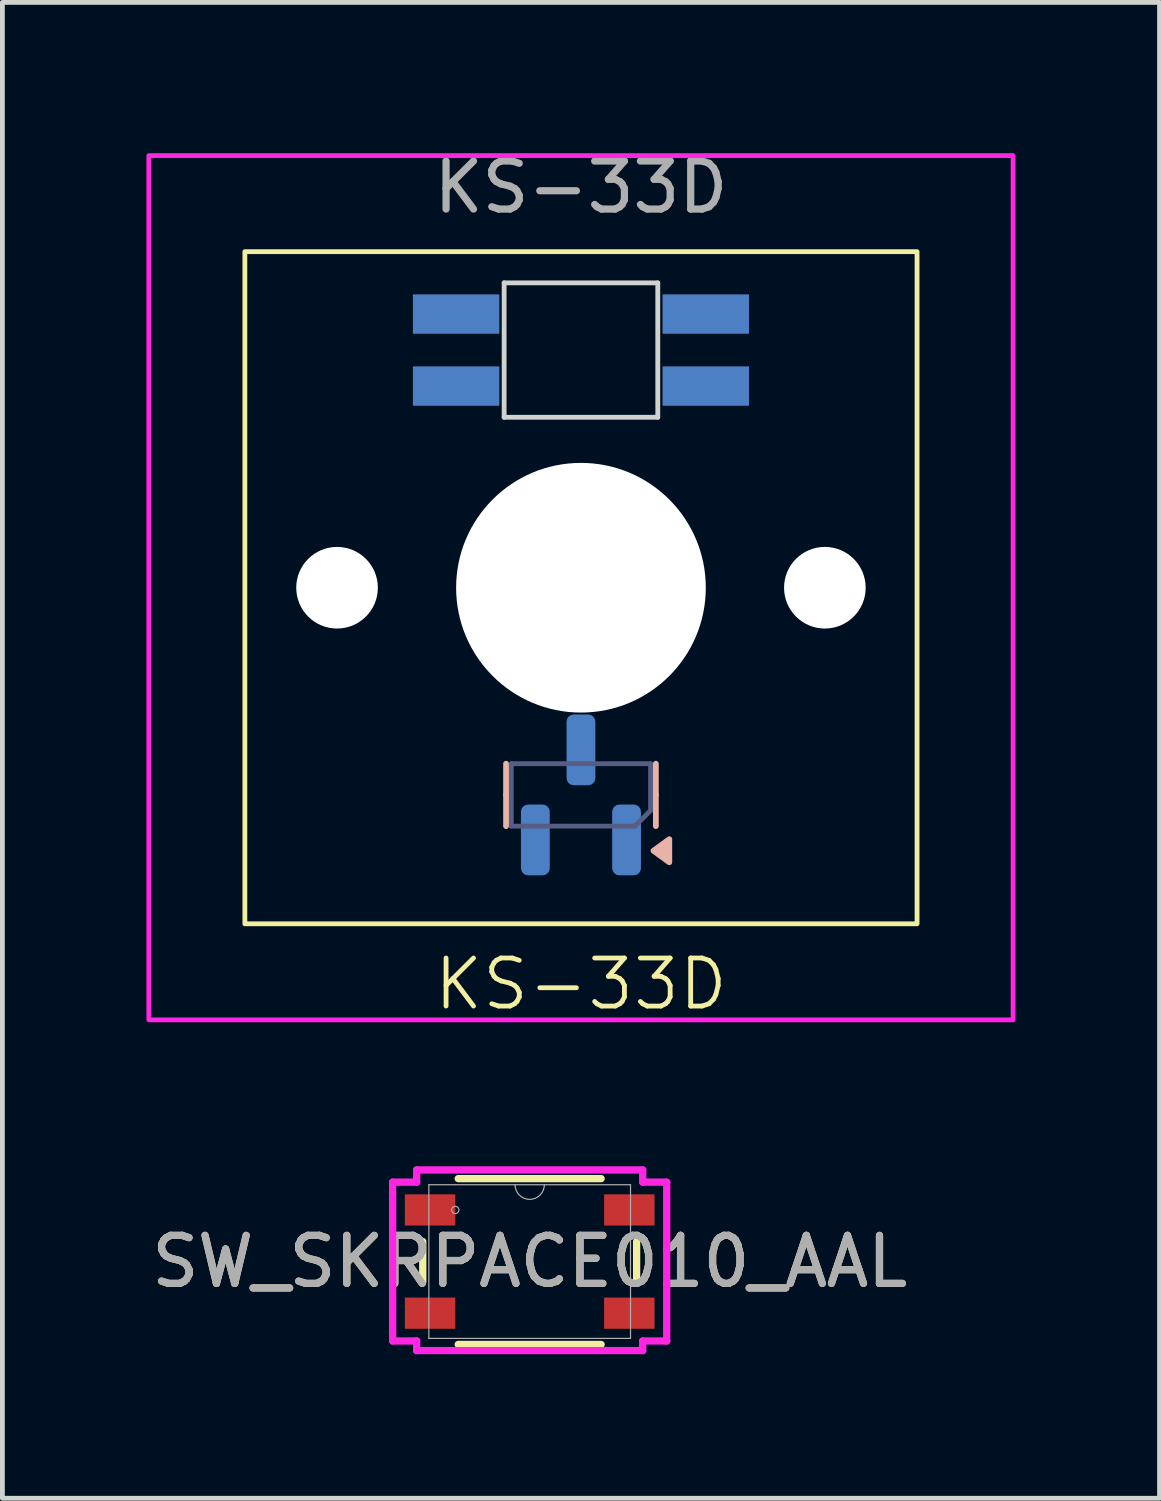
<source format=kicad_pcb>
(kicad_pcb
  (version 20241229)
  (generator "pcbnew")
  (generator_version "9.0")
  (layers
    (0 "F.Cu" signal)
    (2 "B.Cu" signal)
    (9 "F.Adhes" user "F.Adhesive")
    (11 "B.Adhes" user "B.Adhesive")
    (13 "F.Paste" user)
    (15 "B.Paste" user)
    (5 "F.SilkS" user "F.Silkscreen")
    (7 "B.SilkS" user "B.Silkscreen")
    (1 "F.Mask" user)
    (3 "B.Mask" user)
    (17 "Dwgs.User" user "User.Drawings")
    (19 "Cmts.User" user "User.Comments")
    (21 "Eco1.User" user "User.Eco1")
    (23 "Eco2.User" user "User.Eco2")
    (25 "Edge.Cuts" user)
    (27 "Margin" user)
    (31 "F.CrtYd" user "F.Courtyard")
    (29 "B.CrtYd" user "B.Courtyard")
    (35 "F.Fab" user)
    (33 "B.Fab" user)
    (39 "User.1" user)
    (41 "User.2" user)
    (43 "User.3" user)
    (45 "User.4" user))
  (footprint "KS-33D"
    (layer "F.Cu")
    (at 9.05 9.191)
    (property "Reference" "KS-33D" (at 0 8.255 0) (unlocked yes) (layer "F.SilkS") (effects (font (size 1 1) (thickness 0.1))))
    (attr smd)
    (fp_rect (start -7 -7) (end 7 7) (stroke (width 0.1) (type default)) (fill no) (layer "F.SilkS"))
    (fp_line (start -1.56 4.315) (end -1.56 3.665) (stroke (width 0.12) (type solid)) (layer "B.SilkS"))
    (fp_line (start -1.56 4.315) (end -1.56 4.965) (stroke (width 0.12) (type solid)) (layer "B.SilkS"))
    (fp_line (start 1.56 4.315) (end 1.56 3.665) (stroke (width 0.12) (type solid)) (layer "B.SilkS"))
    (fp_line (start 1.56 4.315) (end 1.56 4.965) (stroke (width 0.12) (type solid)) (layer "B.SilkS"))
    (fp_poly (pts (xy 1.51 5.478) (xy 1.84 5.718) (xy 1.84 5.237)) (stroke (width 0.12) (type solid)) (fill yes) (layer "B.SilkS"))
    (fp_line (start -1.6 -6.35) (end -1.6 -3.55) (stroke (width 0.1) (type solid)) (layer "Edge.Cuts"))
    (fp_line (start -1.6 -3.55) (end 1.6 -3.55) (stroke (width 0.1) (type solid)) (layer "Edge.Cuts"))
    (fp_line (start 1.6 -6.35) (end -1.6 -6.35) (stroke (width 0.1) (type solid)) (layer "Edge.Cuts"))
    (fp_line (start 1.6 -3.55) (end 1.6 -6.35) (stroke (width 0.1) (type solid)) (layer "Edge.Cuts"))
    (fp_rect (start -9 -9) (end 9 9) (stroke (width 0.1) (type default)) (fill no) (layer "F.CrtYd"))
    (fp_line (start -1.45 3.665) (end -1.45 4.965) (stroke (width 0.1) (type solid)) (layer "B.Fab"))
    (fp_line (start -1.45 4.965) (end 1.125 4.965) (stroke (width 0.1) (type solid)) (layer "B.Fab"))
    (fp_line (start 1.125 4.965) (end 1.45 4.64) (stroke (width 0.1) (type solid)) (layer "B.Fab"))
    (fp_line (start 1.45 3.665) (end -1.45 3.665) (stroke (width 0.1) (type solid)) (layer "B.Fab"))
    (fp_line (start 1.45 4.64) (end 1.45 3.665) (stroke (width 0.1) (type solid)) (layer "B.Fab"))
    (fp_text user "${REFERENCE}" (at 0 -8.342 0) (unlocked yes) (layer "F.Fab") (effects (font (size 1 1) (thickness 0.15))))
    (pad "" np_thru_hole circle (at -5.08 0) (size 1.7 1.7) (drill 1.7) (layers "*.Cu" "*.Mask"))
    (pad "" np_thru_hole circle (at 0 0) (size 5.2 5.2) (drill 5.2) (layers "*.Cu" "*.Mask"))
    (pad "" np_thru_hole circle (at 5.08 0) (size 1.7 1.7) (drill 1.7) (layers "*.Cu" "*.Mask"))
    (pad "1" smd rect (at -2.6 -5.7) (size 1.8 0.82) (layers "B.Cu" "B.Mask" "B.Paste"))
    (pad "1" smd roundrect (at 0 3.377 270) (size 1.475 0.6) (layers "B.Cu" "B.Mask" "B.Paste") (roundrect_rratio 0.25))
    (pad "2" smd rect (at -2.6 -4.2) (size 1.8 0.82) (layers "B.Cu" "B.Mask" "B.Paste"))
    (pad "3" smd rect (at 2.6 -4.2) (size 1.8 0.82) (layers "B.Cu" "B.Mask" "B.Paste"))
    (pad "4" smd rect (at 2.6 -5.7) (size 1.8 0.82) (layers "B.Cu" "B.Mask" "B.Paste"))
    (pad "5" smd roundrect (at 0.95 5.253 270) (size 1.475 0.6) (layers "B.Cu" "B.Mask" "B.Paste") (roundrect_rratio 0.25))
    (pad "6" smd roundrect (at -0.95 5.253 270) (size 1.475 0.6) (layers "B.Cu" "B.Mask" "B.Paste") (roundrect_rratio 0.25)))
  (footprint "SW_SKRPACE010_AAL"
    (layer "F.Cu")
    (at 7.982 23.225)
    (property "Reference" "SW_SKRPACE010_AAL" (at 0 0 0) (unlocked yes) (layer "F.SilkS") (effects (font (size 1 1) (thickness 0.15))))
    (attr smd)
    (fp_line (start -2.227 -0.417) (end -2.227 0.417) (stroke (width 0.152) (type solid)) (layer "F.SilkS"))
    (fp_line (start -1.488 1.727) (end 1.488 1.727) (stroke (width 0.152) (type solid)) (layer "F.SilkS"))
    (fp_line (start 1.488 -1.727) (end -1.488 -1.727) (stroke (width 0.152) (type solid)) (layer "F.SilkS"))
    (fp_line (start 2.227 0.417) (end 2.227 -0.417) (stroke (width 0.152) (type solid)) (layer "F.SilkS"))
    (fp_line (start -2.854 -1.654) (end -2.354 -1.654) (stroke (width 0.152) (type solid)) (layer "F.CrtYd"))
    (fp_line (start -2.854 1.654) (end -2.854 -1.654) (stroke (width 0.152) (type solid)) (layer "F.CrtYd"))
    (fp_line (start -2.854 1.654) (end -2.354 1.654) (stroke (width 0.152) (type solid)) (layer "F.CrtYd"))
    (fp_line (start -2.354 -1.908) (end 2.354 -1.908) (stroke (width 0.152) (type solid)) (layer "F.CrtYd"))
    (fp_line (start -2.354 -1.654) (end -2.354 -1.908) (stroke (width 0.152) (type solid)) (layer "F.CrtYd"))
    (fp_line (start -2.354 1.854) (end -2.354 1.654) (stroke (width 0.152) (type solid)) (layer "F.CrtYd"))
    (fp_line (start 2.354 -1.908) (end 2.354 -1.654) (stroke (width 0.152) (type solid)) (layer "F.CrtYd"))
    (fp_line (start 2.354 1.654) (end 2.354 1.854) (stroke (width 0.152) (type solid)) (layer "F.CrtYd"))
    (fp_line (start 2.354 1.854) (end -2.354 1.854) (stroke (width 0.152) (type solid)) (layer "F.CrtYd"))
    (fp_line (start 2.854 -1.654) (end 2.354 -1.654) (stroke (width 0.152) (type solid)) (layer "F.CrtYd"))
    (fp_line (start 2.854 -1.654) (end 2.854 1.654) (stroke (width 0.152) (type solid)) (layer "F.CrtYd"))
    (fp_line (start 2.854 1.654) (end 2.354 1.654) (stroke (width 0.152) (type solid)) (layer "F.CrtYd"))
    (fp_line (start -2.1 -1.6) (end -2.1 1.6) (stroke (width 0.025) (type solid)) (layer "F.Fab"))
    (fp_line (start -2.1 1.6) (end 2.1 1.6) (stroke (width 0.025) (type solid)) (layer "F.Fab"))
    (fp_line (start 2.1 -1.6) (end -2.1 -1.6) (stroke (width 0.025) (type solid)) (layer "F.Fab"))
    (fp_line (start 2.1 1.6) (end 2.1 -1.6) (stroke (width 0.025) (type solid)) (layer "F.Fab"))
    (fp_arc (start 0.3048 -1.600001) (mid 0 -1.295201) (end -0.3048 -1.600001) (stroke (width 0.0254) (type solid)) (layer "F.Fab"))
    (fp_circle (center -1.55 -1.075) (end -1.474 -1.075) (stroke (width 0.025) (type solid)) (fill no) (layer "F.Fab"))
    (fp_text user "${REFERENCE}" (at 0 0 0) (unlocked yes) (layer "F.Fab") (effects (font (size 1 1) (thickness 0.15))))
    (pad "1" smd rect (at -2.075 -1.075) (size 1.05 0.65) (layers "F.Cu" "F.Mask" "F.Paste"))
    (pad "1" smd rect (at -2.075 1.075) (size 1.05 0.65) (layers "F.Cu" "F.Mask" "F.Paste"))
    (pad "2" smd rect (at 2.075 -1.075) (size 1.05 0.65) (layers "F.Cu" "F.Mask" "F.Paste"))
    (pad "2" smd rect (at 2.075 1.075) (size 1.05 0.65) (layers "F.Cu" "F.Mask" "F.Paste")))
  (gr_rect
    (start -3 -3)
    (end 21.1 28.155)
    (stroke (width 0.1) (type default))
    (fill no)
    (layer "Edge.Cuts")))
</source>
